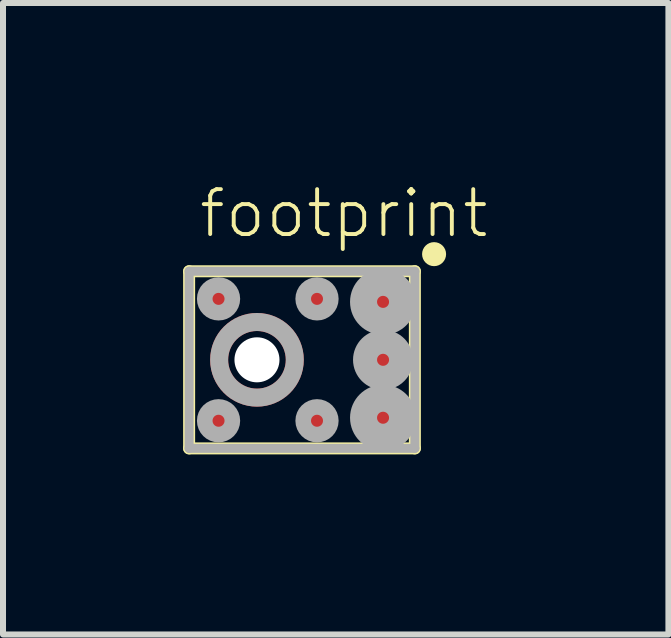
<source format=kicad_pcb>
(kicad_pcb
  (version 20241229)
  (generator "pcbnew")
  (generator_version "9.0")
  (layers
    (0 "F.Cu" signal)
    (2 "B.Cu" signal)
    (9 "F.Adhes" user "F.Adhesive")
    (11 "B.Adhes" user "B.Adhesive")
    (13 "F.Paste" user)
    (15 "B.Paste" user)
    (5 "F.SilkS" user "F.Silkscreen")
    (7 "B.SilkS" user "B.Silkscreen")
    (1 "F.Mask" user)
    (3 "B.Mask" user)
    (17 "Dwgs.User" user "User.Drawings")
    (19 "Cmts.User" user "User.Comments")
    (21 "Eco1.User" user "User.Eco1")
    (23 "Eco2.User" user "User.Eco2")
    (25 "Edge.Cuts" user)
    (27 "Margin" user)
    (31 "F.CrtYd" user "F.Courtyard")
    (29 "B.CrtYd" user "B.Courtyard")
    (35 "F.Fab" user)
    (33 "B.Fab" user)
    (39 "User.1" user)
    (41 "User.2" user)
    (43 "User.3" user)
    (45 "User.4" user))
  (footprint "footprint"
    (layer "F.Cu")
    (at 1.98 2.943)
    (property "Reference" "footprint" (at -1.75 -2 0) (layer "F.SilkS") (effects (font (size 0.748 0.748) (thickness 0.065)) (justify left bottom)))
    (fp_circle (center -0.75 0) (end -0.12 0) (stroke (width 0.3) (type solid)) (fill no) (layer "F.Cu"))
    (fp_circle (center -1.39 -1.015) (end -1.29 -1.015) (stroke (width 0.36) (type solid)) (fill no) (layer "F.Mask"))
    (fp_circle (center -1.39 1.015) (end -1.29 1.015) (stroke (width 0.36) (type solid)) (fill no) (layer "F.Mask"))
    (fp_circle (center -0.75 0) (end -0.335 0) (stroke (width 0.83) (type solid)) (fill no) (layer "F.Mask"))
    (fp_circle (center 0.25 -1.015) (end 0.35 -1.015) (stroke (width 0.36) (type solid)) (fill no) (layer "F.Mask"))
    (fp_circle (center 0.25 1.015) (end 0.35 1.015) (stroke (width 0.36) (type solid)) (fill no) (layer "F.Mask"))
    (fp_circle (center 1.35 -0.965) (end 1.45 -0.965) (stroke (width 0.55) (type solid)) (fill no) (layer "F.Mask"))
    (fp_circle (center 1.35 0) (end 1.45 0) (stroke (width 0.5) (type solid)) (fill no) (layer "F.Mask"))
    (fp_circle (center 1.35 0.965) (end 1.45 0.965) (stroke (width 0.55) (type solid)) (fill no) (layer "F.Mask"))
    (fp_line (start -1.88 -1.475) (end -1.88 1.475) (stroke (width 0.2) (type solid)) (layer "F.SilkS"))
    (fp_line (start -1.88 1.475) (end 1.88 1.475) (stroke (width 0.2) (type solid)) (layer "F.SilkS"))
    (fp_line (start 1.88 -1.475) (end -1.88 -1.475) (stroke (width 0.2) (type solid)) (layer "F.SilkS"))
    (fp_line (start 1.88 1.475) (end 1.88 -1.475) (stroke (width 0.2) (type solid)) (layer "F.SilkS"))
    (fp_circle (center 2.2 -1.76) (end 2.3 -1.76) (stroke (width 0.2) (type solid)) (fill no) (layer "F.SilkS"))
    (fp_arc (start -1.4 -0.175) (mid -1.225986 -0.475986) (end -0.925 -0.65) (stroke (width 0.2) (type solid)) (layer "F.Paste"))
    (fp_arc (start -0.925 0.65) (mid -1.225986 0.475986) (end -1.4 0.175) (stroke (width 0.2) (type solid)) (layer "F.Paste"))
    (fp_arc (start -0.575 -0.649999) (mid -0.274014 -0.475985) (end -0.1 -0.175) (stroke (width 0.2) (type solid)) (layer "F.Paste"))
    (fp_arc (start -0.1 0.175) (mid -0.274014 0.475985) (end -0.575 0.649999) (stroke (width 0.2) (type solid)) (layer "F.Paste"))
    (fp_circle (center -1.39 -1.015) (end -1.29 -1.015) (stroke (width 0.21) (type solid)) (fill no) (layer "F.Paste"))
    (fp_circle (center -1.39 1.015) (end -1.29 1.015) (stroke (width 0.21) (type solid)) (fill no) (layer "F.Paste"))
    (fp_circle (center 0.25 -1.015) (end 0.35 -1.015) (stroke (width 0.21) (type solid)) (fill no) (layer "F.Paste"))
    (fp_circle (center 0.25 1.015) (end 0.35 1.015) (stroke (width 0.21) (type solid)) (fill no) (layer "F.Paste"))
    (fp_circle (center 1.35 -0.965) (end 1.45 -0.965) (stroke (width 0.4) (type solid)) (fill no) (layer "F.Paste"))
    (fp_circle (center 1.35 0) (end 1.45 0) (stroke (width 0.35) (type solid)) (fill no) (layer "F.Paste"))
    (fp_circle (center 1.35 0.965) (end 1.45 0.965) (stroke (width 0.4) (type solid)) (fill no) (layer "F.Paste"))
    (fp_line (start -1.88 -1.475) (end -1.88 1.475) (stroke (width 0.15) (type solid)) (layer "F.Fab"))
    (fp_line (start -1.88 1.475) (end 1.88 1.475) (stroke (width 0.15) (type solid)) (layer "F.Fab"))
    (fp_line (start 1.88 -1.475) (end -1.88 -1.475) (stroke (width 0.15) (type solid)) (layer "F.Fab"))
    (fp_line (start 1.88 1.475) (end 1.88 -1.475) (stroke (width 0.15) (type solid)) (layer "F.Fab"))
    (fp_circle (center -1.39 -1.015) (end -1.29 -1.015) (stroke (width 0.26) (type solid)) (fill no) (layer "F.Fab"))
    (fp_circle (center -1.39 1.015) (end -1.29 1.015) (stroke (width 0.26) (type solid)) (fill no) (layer "F.Fab"))
    (fp_circle (center -0.75 0) (end -0.12 0) (stroke (width 0.3) (type solid)) (fill no) (layer "F.Fab"))
    (fp_circle (center 0.25 -1.015) (end 0.35 -1.015) (stroke (width 0.26) (type solid)) (fill no) (layer "F.Fab"))
    (fp_circle (center 0.25 1.015) (end 0.35 1.015) (stroke (width 0.26) (type solid)) (fill no) (layer "F.Fab"))
    (fp_circle (center 1.35 -0.965) (end 1.45 -0.965) (stroke (width 0.45) (type solid)) (fill no) (layer "F.Fab"))
    (fp_circle (center 1.35 0) (end 1.45 0) (stroke (width 0.4) (type solid)) (fill no) (layer "F.Fab"))
    (fp_circle (center 1.35 0.965) (end 1.45 0.965) (stroke (width 0.45) (type solid)) (fill no) (layer "F.Fab"))
    (pad "" np_thru_hole circle (at -0.75 0) (size 0.75 0.75) (drill 0.75) (layers "*.Cu" "*.Mask"))
    (pad "1" smd roundrect (at 1.35 -0.965) (size 0.65 0.65) (layers "F.Cu") (roundrect_rratio 0.5))
    (pad "2" smd roundrect (at 0.25 -1.015) (size 0.46 0.46) (layers "F.Cu") (roundrect_rratio 0.5))
    (pad "3" smd roundrect (at -1.39 -1.015) (size 0.46 0.46) (layers "F.Cu") (roundrect_rratio 0.5))
    (pad "4" smd roundrect (at -1.39 1.015) (size 0.46 0.46) (layers "F.Cu") (roundrect_rratio 0.5))
    (pad "5" smd roundrect (at 0.25 1.015) (size 0.46 0.46) (layers "F.Cu") (roundrect_rratio 0.5))
    (pad "6" smd roundrect (at 1.35 0.965) (size 0.65 0.65) (layers "F.Cu") (roundrect_rratio 0.5))
    (pad "7" smd roundrect (at 1.35 0) (size 0.6 0.6) (layers "F.Cu") (roundrect_rratio 0.5))
    (pad "8" smd rect (at -1.38 0) (size 0.25 0.25) (layers "F.Cu")))
  (gr_rect
    (start -3 -3)
    (end 8.083 7.518)
    (stroke (width 0.1) (type default))
    (fill no)
    (layer "Edge.Cuts")))
</source>
